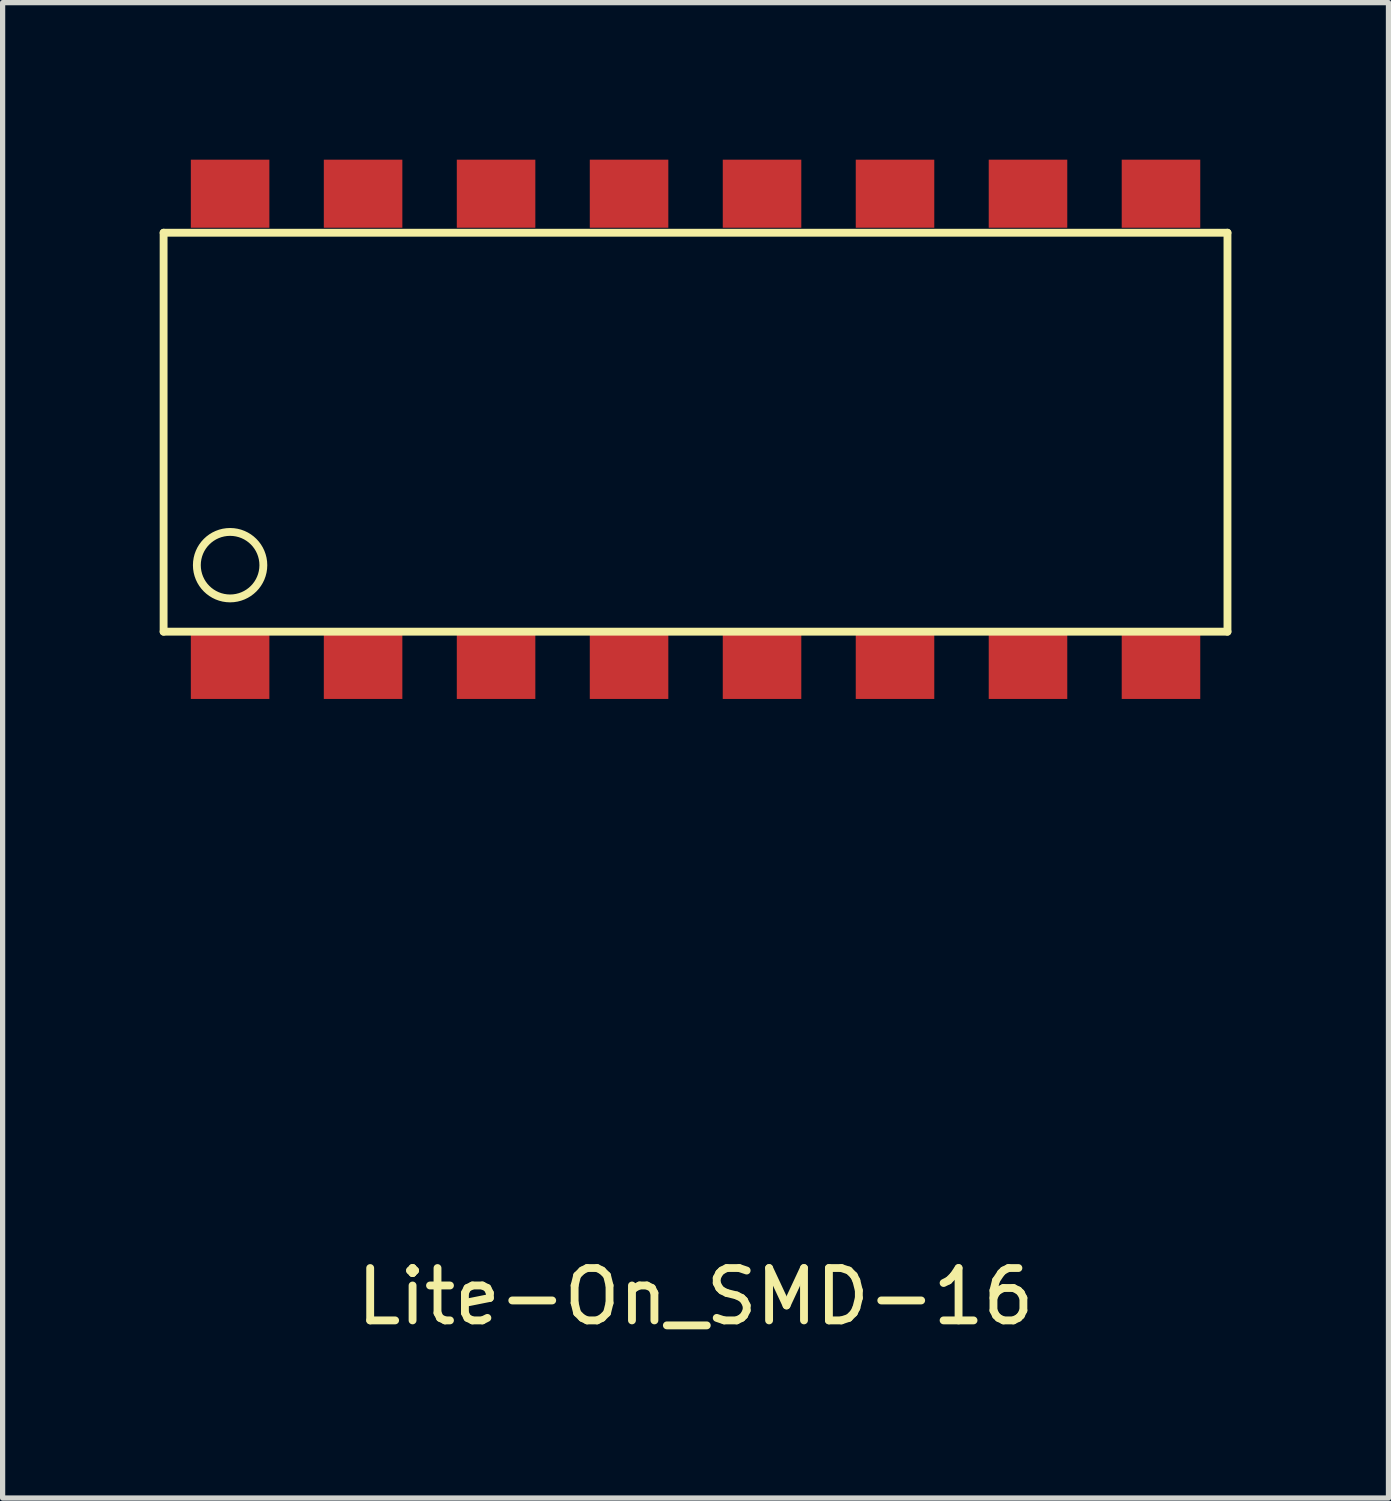
<source format=kicad_pcb>
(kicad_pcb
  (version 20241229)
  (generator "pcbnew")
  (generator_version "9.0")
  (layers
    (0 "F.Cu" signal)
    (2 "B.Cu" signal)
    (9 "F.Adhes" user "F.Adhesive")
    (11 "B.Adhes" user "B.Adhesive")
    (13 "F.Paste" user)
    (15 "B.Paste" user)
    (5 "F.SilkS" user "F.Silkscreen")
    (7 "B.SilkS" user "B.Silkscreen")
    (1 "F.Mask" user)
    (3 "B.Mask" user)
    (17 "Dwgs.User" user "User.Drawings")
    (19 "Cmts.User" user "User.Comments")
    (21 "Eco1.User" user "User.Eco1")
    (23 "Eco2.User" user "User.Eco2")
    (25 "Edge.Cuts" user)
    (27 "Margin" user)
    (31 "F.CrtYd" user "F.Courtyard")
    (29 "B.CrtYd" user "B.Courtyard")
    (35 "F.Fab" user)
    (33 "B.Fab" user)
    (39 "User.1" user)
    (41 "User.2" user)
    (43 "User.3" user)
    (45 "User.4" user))
  (footprint "Lite-On_SMD-16"
    (layer "F.Cu")
    (at 10.235 5.205)
    (property "Reference" "Lite-On_SMD-16" (at 0 16.51 0) (layer "F.SilkS") (effects (font (size 1 1) (thickness 0.15))))
    (attr through_hole)
    (fp_line (start -10.16 -3.81) (end 10.16 -3.81) (stroke (width 0.15) (type solid)) (layer "F.SilkS"))
    (fp_line (start -10.16 3.81) (end -10.16 -3.81) (stroke (width 0.15) (type solid)) (layer "F.SilkS"))
    (fp_line (start 10.16 -3.81) (end 10.16 3.81) (stroke (width 0.15) (type solid)) (layer "F.SilkS"))
    (fp_line (start 10.16 3.81) (end -10.16 3.81) (stroke (width 0.15) (type solid)) (layer "F.SilkS"))
    (fp_circle (center -8.89 2.54) (end -8.89 3.175) (stroke (width 0.15) (type solid)) (fill no) (layer "F.SilkS"))
    (pad "1" smd rect (at -8.89 4.445) (size 1.5 1.3) (layers "F.Cu" "F.Mask" "F.Paste"))
    (pad "2" smd rect (at -6.35 4.445) (size 1.5 1.3) (layers "F.Cu" "F.Mask" "F.Paste"))
    (pad "3" smd rect (at -3.81 4.445) (size 1.5 1.3) (layers "F.Cu" "F.Mask" "F.Paste"))
    (pad "4" smd rect (at -1.27 4.445) (size 1.5 1.3) (layers "F.Cu" "F.Mask" "F.Paste"))
    (pad "5" smd rect (at 1.27 4.445) (size 1.5 1.3) (layers "F.Cu" "F.Mask" "F.Paste"))
    (pad "6" smd rect (at 3.81 4.445) (size 1.5 1.3) (layers "F.Cu" "F.Mask" "F.Paste"))
    (pad "7" smd rect (at 6.35 4.445) (size 1.5 1.3) (layers "F.Cu" "F.Mask" "F.Paste"))
    (pad "8" smd rect (at 8.89 4.445) (size 1.5 1.3) (layers "F.Cu" "F.Mask" "F.Paste"))
    (pad "9" smd rect (at 8.89 -4.555 180) (size 1.5 1.3) (layers "F.Cu" "F.Mask" "F.Paste"))
    (pad "10" smd rect (at 6.35 -4.555 180) (size 1.5 1.3) (layers "F.Cu" "F.Mask" "F.Paste"))
    (pad "11" smd rect (at 3.81 -4.555 180) (size 1.5 1.3) (layers "F.Cu" "F.Mask" "F.Paste"))
    (pad "12" smd rect (at 1.27 -4.555 180) (size 1.5 1.3) (layers "F.Cu" "F.Mask" "F.Paste"))
    (pad "13" smd rect (at -1.27 -4.555 180) (size 1.5 1.3) (layers "F.Cu" "F.Mask" "F.Paste"))
    (pad "14" smd rect (at -3.81 -4.555 180) (size 1.5 1.3) (layers "F.Cu" "F.Mask" "F.Paste"))
    (pad "15" smd rect (at -6.35 -4.555 180) (size 1.5 1.3) (layers "F.Cu" "F.Mask" "F.Paste"))
    (pad "16" smd rect (at -8.89 -4.555 180) (size 1.5 1.3) (layers "F.Cu" "F.Mask" "F.Paste")))
  (gr_rect
    (start -3 -3)
    (end 23.47 25.563)
    (stroke (width 0.1) (type default))
    (fill no)
    (layer "Edge.Cuts")))
</source>
